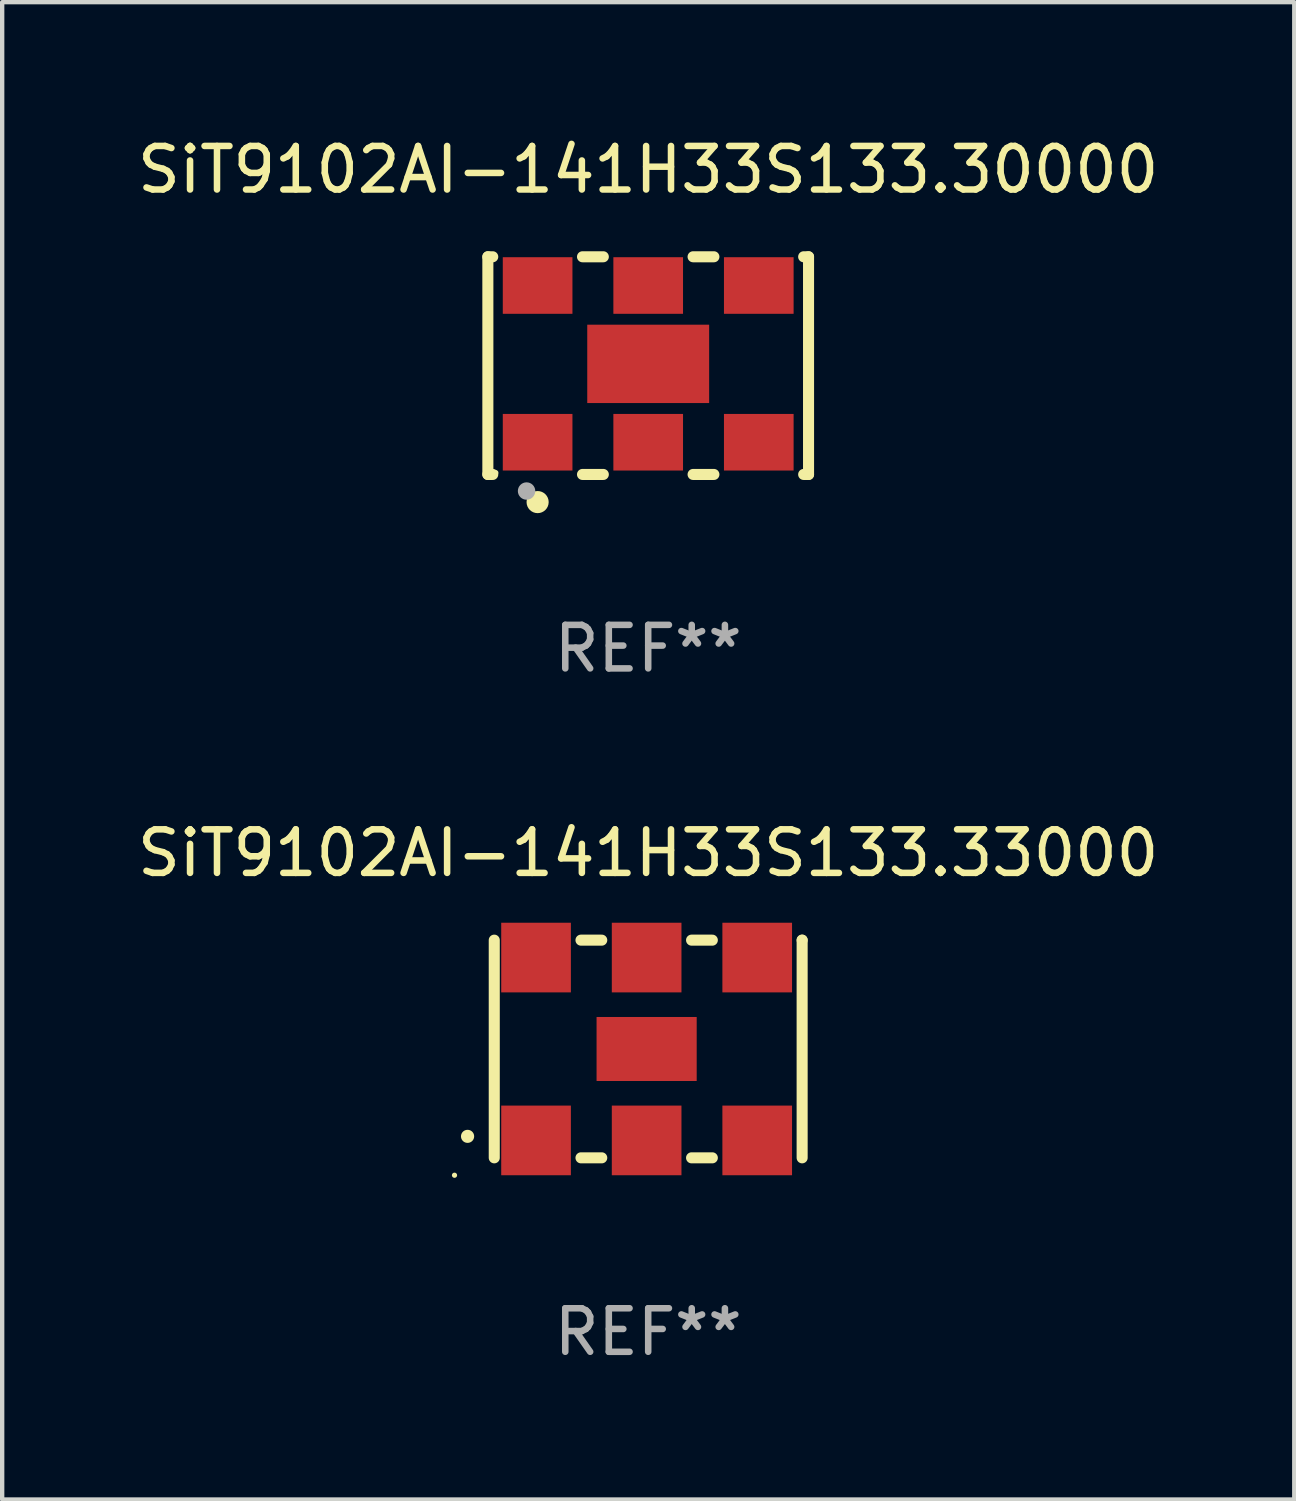
<source format=kicad_pcb>
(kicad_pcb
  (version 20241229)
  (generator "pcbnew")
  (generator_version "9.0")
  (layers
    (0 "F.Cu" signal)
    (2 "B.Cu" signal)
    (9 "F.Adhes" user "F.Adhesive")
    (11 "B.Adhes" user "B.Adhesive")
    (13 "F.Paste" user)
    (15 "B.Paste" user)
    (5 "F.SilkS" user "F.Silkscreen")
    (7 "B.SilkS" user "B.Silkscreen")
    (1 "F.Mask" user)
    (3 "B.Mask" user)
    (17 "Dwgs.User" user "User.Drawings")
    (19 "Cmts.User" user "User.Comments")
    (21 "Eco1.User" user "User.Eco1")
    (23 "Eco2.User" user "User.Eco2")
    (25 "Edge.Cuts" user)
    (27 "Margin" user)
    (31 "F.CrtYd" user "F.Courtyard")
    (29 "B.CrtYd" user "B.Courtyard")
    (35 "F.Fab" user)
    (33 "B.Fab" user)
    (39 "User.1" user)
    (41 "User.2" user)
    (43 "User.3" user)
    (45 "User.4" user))
  (footprint "SiT9102AI-141H33S133.33000"
    (layer "F.Cu")
    (at 11.839 21.045)
    (property "Reference" "SiT9102AI-141H33S133.33000" (at 0 -4.5 0) (layer "F.SilkS") (effects (font (size 1 1) (thickness 0.15))))
    (attr through_hole)
    (fp_line (start -3.536 -2.5) (end -3.536 2.5) (stroke (width 0.254) (type solid)) (layer "F.SilkS"))
    (fp_line (start -1.544 2.5) (end -1.067 2.5) (stroke (width 0.254) (type solid)) (layer "F.SilkS"))
    (fp_line (start -1.067 -2.5) (end -1.544 -2.5) (stroke (width 0.254) (type solid)) (layer "F.SilkS"))
    (fp_line (start 0.996 2.5) (end 1.473 2.5) (stroke (width 0.254) (type solid)) (layer "F.SilkS"))
    (fp_line (start 1.473 -2.5) (end 0.996 -2.5) (stroke (width 0.254) (type solid)) (layer "F.SilkS"))
    (fp_line (start 3.536 -2.5) (end 3.536 -2.5) (stroke (width 0.254) (type solid)) (layer "F.SilkS"))
    (fp_line (start 3.536 2.5) (end 3.536 -2.5) (stroke (width 0.254) (type solid)) (layer "F.SilkS"))
    (fp_arc (start -4.150432 2.006604) (mid -4.149162 2.006599) (end -4.147892 2.006604) (stroke (width 0.3) (type solid)) (layer "F.SilkS"))
    (fp_circle (center -4.449 2.9) (end -4.419 2.9) (stroke (width 0.06) (type solid)) (fill no) (layer "F.SilkS"))
    (fp_text user "REF**" (at 0 6.5 0) (layer "F.Fab") (effects (font (size 1 1) (thickness 0.15))))
    (pad "1" smd rect (at -2.576 2.1) (size 1.6 1.6) (layers "F.Cu" "F.Mask" "F.Paste"))
    (pad "2" smd rect (at -0.036 2.1) (size 1.6 1.6) (layers "F.Cu" "F.Mask" "F.Paste"))
    (pad "3" smd rect (at 2.504 2.1) (size 1.6 1.6) (layers "F.Cu" "F.Mask" "F.Paste"))
    (pad "4" smd rect (at 2.504 -2.1) (size 1.6 1.6) (layers "F.Cu" "F.Mask" "F.Paste"))
    (pad "5" smd rect (at -0.036 -2.1) (size 1.6 1.6) (layers "F.Cu" "F.Mask" "F.Paste"))
    (pad "6" smd rect (at -2.576 -2.1) (size 1.6 1.6) (layers "F.Cu" "F.Mask" "F.Paste"))
    (pad "7" smd rect (at -0.036 0) (size 2.3 1.47) (layers "F.Cu" "F.Mask" "F.Paste")))
  (footprint "SiT9102AI-141H33S133.30000"
    (layer "F.Cu")
    (at 11.839 5.348)
    (property "Reference" "SiT9102AI-141H33S133.30000" (at 0 -4.5 0) (layer "F.SilkS") (effects (font (size 1 1) (thickness 0.15))))
    (attr through_hole)
    (fp_line (start -3.683 -2.5) (end -3.571 -2.5) (stroke (width 0.254) (type solid)) (layer "F.SilkS"))
    (fp_line (start -3.683 2.5) (end -3.683 -2.5) (stroke (width 0.254) (type solid)) (layer "F.SilkS"))
    (fp_line (start -3.683 2.5) (end -3.571 2.5) (stroke (width 0.254) (type solid)) (layer "F.SilkS"))
    (fp_line (start -1.509 -2.5) (end -1.031 -2.5) (stroke (width 0.254) (type solid)) (layer "F.SilkS"))
    (fp_line (start -1.509 2.5) (end -1.031 2.5) (stroke (width 0.254) (type solid)) (layer "F.SilkS"))
    (fp_line (start 1.031 -2.5) (end 1.509 -2.5) (stroke (width 0.254) (type solid)) (layer "F.SilkS"))
    (fp_line (start 1.031 2.5) (end 1.509 2.5) (stroke (width 0.254) (type solid)) (layer "F.SilkS"))
    (fp_line (start 3.571 -2.5) (end 3.683 -2.5) (stroke (width 0.254) (type solid)) (layer "F.SilkS"))
    (fp_line (start 3.571 2.5) (end 3.683 2.5) (stroke (width 0.254) (type solid)) (layer "F.SilkS"))
    (fp_line (start 3.683 2.5) (end 3.683 -2.5) (stroke (width 0.254) (type solid)) (layer "F.SilkS"))
    (fp_circle (center -3.5 2.46) (end -3.47 2.46) (stroke (width 0.06) (type solid)) (fill no) (layer "F.SilkS"))
    (fp_circle (center -2.54 3.135) (end -2.413 3.135) (stroke (width 0.254) (type solid)) (fill no) (layer "F.SilkS"))
    (fp_circle (center -2.794 2.881) (end -2.694 2.881) (stroke (width 0.2) (type solid)) (fill no) (layer "F.Fab"))
    (fp_text user "REF**" (at 0 6.5 0) (layer "F.Fab") (effects (font (size 1 1) (thickness 0.15))))
    (pad "1" smd rect (at -2.54 1.76) (size 1.6 1.3) (layers "F.Cu" "F.Mask" "F.Paste"))
    (pad "2" smd rect (at 0 1.76) (size 1.6 1.3) (layers "F.Cu" "F.Mask" "F.Paste"))
    (pad "3" smd rect (at 2.54 1.76) (size 1.6 1.3) (layers "F.Cu" "F.Mask" "F.Paste"))
    (pad "4" smd rect (at 2.54 -1.84) (size 1.6 1.3) (layers "F.Cu" "F.Mask" "F.Paste"))
    (pad "5" smd rect (at 0 -1.84) (size 1.6 1.3) (layers "F.Cu" "F.Mask" "F.Paste"))
    (pad "6" smd rect (at -2.54 -1.84) (size 1.6 1.3) (layers "F.Cu" "F.Mask" "F.Paste"))
    (pad "7" smd rect (at 0 -0.04) (size 2.8 1.8) (layers "F.Cu" "F.Mask" "F.Paste")))
  (gr_rect
    (start -3 -3)
    (end 26.679 31.393)
    (stroke (width 0.1) (type default))
    (fill no)
    (layer "Edge.Cuts")))
</source>
